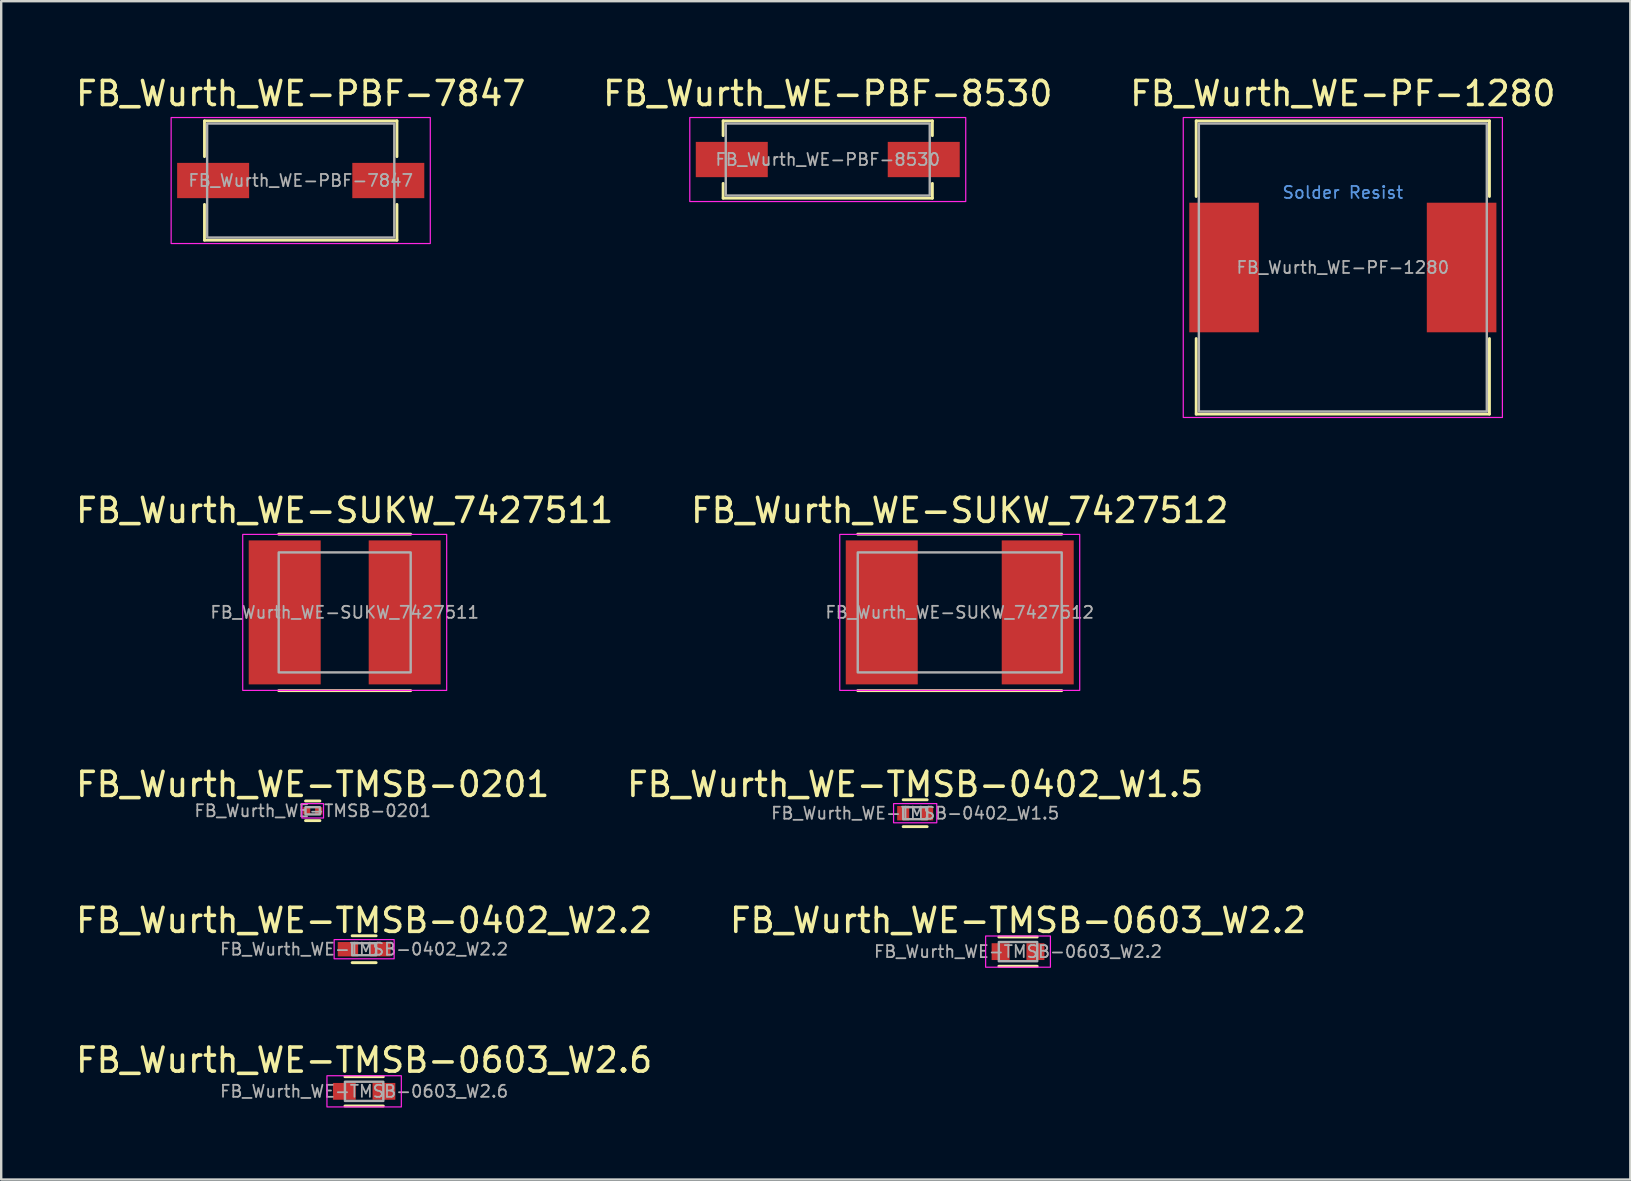
<source format=kicad_pcb>
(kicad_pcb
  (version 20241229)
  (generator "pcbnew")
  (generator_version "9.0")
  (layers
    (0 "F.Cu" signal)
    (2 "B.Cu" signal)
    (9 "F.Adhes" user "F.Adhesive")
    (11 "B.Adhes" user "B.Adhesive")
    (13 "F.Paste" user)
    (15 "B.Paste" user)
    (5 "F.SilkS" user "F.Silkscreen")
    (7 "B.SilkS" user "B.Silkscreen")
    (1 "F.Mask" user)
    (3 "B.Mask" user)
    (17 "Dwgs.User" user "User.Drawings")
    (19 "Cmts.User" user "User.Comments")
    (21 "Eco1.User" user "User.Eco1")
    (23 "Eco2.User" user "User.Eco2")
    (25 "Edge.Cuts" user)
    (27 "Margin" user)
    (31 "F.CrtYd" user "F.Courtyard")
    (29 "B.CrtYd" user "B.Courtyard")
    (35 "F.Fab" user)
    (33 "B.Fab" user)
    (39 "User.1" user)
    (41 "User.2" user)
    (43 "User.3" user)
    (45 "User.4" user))
  (footprint "FB_Wurth_WE-PBF-8530"
    (layer "F.Cu")
    (at 31.446 3.598)
    (property "Reference" "FB_Wurth_WE-PBF-8530" (at 0 -2.75 0) (unlocked yes) (layer "F.SilkS") (effects (font (size 1 1) (thickness 0.15))))
    (attr smd)
    (fp_line (start -4.36 -1.61) (end -4.36 -0.995) (stroke (width 0.12) (type solid)) (layer "F.SilkS"))
    (fp_line (start -4.36 -1.61) (end 4.36 -1.61) (stroke (width 0.12) (type solid)) (layer "F.SilkS"))
    (fp_line (start -4.36 1.61) (end -4.36 0.995) (stroke (width 0.12) (type solid)) (layer "F.SilkS"))
    (fp_line (start -4.36 1.61) (end 4.36 1.61) (stroke (width 0.12) (type solid)) (layer "F.SilkS"))
    (fp_line (start 4.36 -1.61) (end 4.36 -0.995) (stroke (width 0.12) (type solid)) (layer "F.SilkS"))
    (fp_line (start 4.36 1.61) (end 4.36 0.995) (stroke (width 0.12) (type solid)) (layer "F.SilkS"))
    (fp_rect (start -5.75 -1.75) (end 5.75 1.75) (stroke (width 0.05) (type solid)) (fill no) (layer "F.CrtYd"))
    (fp_rect (start -4.25 -1.5) (end 4.25 1.5) (stroke (width 0.1) (type solid)) (fill no) (layer "F.Fab"))
    (fp_text user "${REFERENCE}" (at 0 0 0) (unlocked yes) (layer "F.Fab") (effects (font (size 0.5 0.5) (thickness 0.075))))
    (pad "1" smd rect (at -4 0) (size 3 1.47) (layers "F.Cu" "F.Mask" "F.Paste"))
    (pad "2" smd rect (at 4 0) (size 3 1.47) (layers "F.Cu" "F.Mask" "F.Paste")))
  (footprint "FB_Wurth_WE-PBF-7847"
    (layer "F.Cu")
    (at 9.482 4.473)
    (property "Reference" "FB_Wurth_WE-PBF-7847" (at 0 -3.625 0) (unlocked yes) (layer "F.SilkS") (effects (font (size 1 1) (thickness 0.15))))
    (attr smd)
    (fp_line (start -4.01 -2.485) (end -4.01 -0.995) (stroke (width 0.12) (type solid)) (layer "F.SilkS"))
    (fp_line (start -4.01 -2.485) (end 4.01 -2.485) (stroke (width 0.12) (type solid)) (layer "F.SilkS"))
    (fp_line (start -4.01 2.485) (end -4.01 0.995) (stroke (width 0.12) (type solid)) (layer "F.SilkS"))
    (fp_line (start -4.01 2.485) (end 4.01 2.485) (stroke (width 0.12) (type solid)) (layer "F.SilkS"))
    (fp_line (start 4.01 -2.485) (end 4.01 -0.995) (stroke (width 0.12) (type solid)) (layer "F.SilkS"))
    (fp_line (start 4.01 2.485) (end 4.01 0.995) (stroke (width 0.12) (type solid)) (layer "F.SilkS"))
    (fp_rect (start -5.4 -2.625) (end 5.4 2.625) (stroke (width 0.05) (type solid)) (fill no) (layer "F.CrtYd"))
    (fp_rect (start -3.9 -2.375) (end 3.9 2.375) (stroke (width 0.1) (type solid)) (fill no) (layer "F.Fab"))
    (fp_text user "${REFERENCE}" (at 0 0 0) (unlocked yes) (layer "F.Fab") (effects (font (size 0.5 0.5) (thickness 0.075))))
    (pad "1" smd rect (at -3.65 0) (size 3 1.47) (layers "F.Cu" "F.Mask" "F.Paste"))
    (pad "2" smd rect (at 3.65 0) (size 3 1.47) (layers "F.Cu" "F.Mask" "F.Paste")))
  (footprint "FB_Wurth_WE-TMSB-0402_W2.2"
    (layer "F.Cu")
    (at 12.125 36.508)
    (property "Reference" "FB_Wurth_WE-TMSB-0402_W2.2" (at 0 -1.2 0) (unlocked yes) (layer "F.SilkS") (effects (font (size 1 1) (thickness 0.15))))
    (attr smd)
    (fp_line (start -0.5 -0.56) (end 0.5 -0.56) (stroke (width 0.12) (type default)) (layer "F.SilkS"))
    (fp_line (start -0.5 0.56) (end 0.5 0.56) (stroke (width 0.12) (type default)) (layer "F.SilkS"))
    (fp_rect (start -1.25 -0.4) (end 1.25 0.4) (stroke (width 0.05) (type default)) (fill no) (layer "F.CrtYd"))
    (fp_rect (start -0.5 -0.25) (end 0.5 0.25) (stroke (width 0.1) (type default)) (fill no) (layer "F.Fab"))
    (fp_text user "${REFERENCE}" (at 0 0 0) (unlocked yes) (layer "F.Fab") (effects (font (size 0.5 0.5) (thickness 0.075))))
    (pad "1" smd rect (at -0.675 0) (size 0.85 0.6) (layers "F.Cu" "F.Mask" "F.Paste"))
    (pad "2" smd rect (at 0.675 0) (size 0.85 0.6) (layers "F.Cu" "F.Mask" "F.Paste")))
  (footprint "FB_Wurth_WE-PF-1280"
    (layer "F.Cu")
    (at 52.911 8.098)
    (property "Reference" "FB_Wurth_WE-PF-1280" (at 0 -7.25 0) (unlocked yes) (layer "F.SilkS") (effects (font (size 1 1) (thickness 0.15))))
    (attr smd)
    (fp_line (start -6.11 -6.11) (end -6.11 -2.96) (stroke (width 0.12) (type solid)) (layer "F.SilkS"))
    (fp_line (start -6.11 -6.11) (end 6.11 -6.11) (stroke (width 0.12) (type solid)) (layer "F.SilkS"))
    (fp_line (start -6.11 6.11) (end -6.11 2.96) (stroke (width 0.12) (type solid)) (layer "F.SilkS"))
    (fp_line (start -6.11 6.11) (end 6.11 6.11) (stroke (width 0.12) (type solid)) (layer "F.SilkS"))
    (fp_line (start 6.11 -6.11) (end 6.11 -2.96) (stroke (width 0.12) (type solid)) (layer "F.SilkS"))
    (fp_line (start 6.11 6.11) (end 6.11 2.96) (stroke (width 0.12) (type solid)) (layer "F.SilkS"))
    (fp_rect (start -6.65 -6.25) (end 6.65 6.25) (stroke (width 0.05) (type solid)) (fill no) (layer "F.CrtYd"))
    (fp_rect (start -6 -6) (end 6 6) (stroke (width 0.1) (type solid)) (fill no) (layer "F.Fab"))
    (fp_text user "Solder Resist" (at 0 -3.125 0) (unlocked yes) (layer "Cmts.User") (effects (font (size 0.5 0.5) (thickness 0.075))))
    (fp_text user "${REFERENCE}" (at 0 0 0) (unlocked yes) (layer "F.Fab") (effects (font (size 0.5 0.5) (thickness 0.075))))
    (pad "1" smd rect (at -4.95 0) (size 2.9 5.4) (layers "F.Cu" "F.Mask" "F.Paste"))
    (pad "2" smd rect (at 4.95 0) (size 2.9 5.4) (layers "F.Cu" "F.Mask" "F.Paste"))
    (zone (net_name "") (layers "F.Cu" "Dwgs.User") (name "Solder Resist") (hatch full 0.1) (connect_pads) (min_thickness 0.25) (filled_areas_thickness no) (keepout (tracks not_allowed) (vias not_allowed) (pads not_allowed) (copperpour not_allowed) (footprints not_allowed)) (placement (enabled no)) (fill) (polygon (pts (xy 49.411 14.348) (xy 56.411 14.348) (xy 56.411 1.848) (xy 49.411 1.848)))))
  (footprint "FB_Wurth_WE-SUKW_7427512"
    (layer "F.Cu")
    (at 36.946 22.471)
    (property "Reference" "FB_Wurth_WE-SUKW_7427512" (at 0 -4.25 0) (unlocked yes) (layer "F.SilkS") (effects (font (size 1 1) (thickness 0.15))))
    (attr smd)
    (fp_line (start -4.25 -3.26) (end 4.25 -3.26) (stroke (width 0.12) (type solid)) (layer "F.SilkS"))
    (fp_line (start -4.25 3.26) (end 4.25 3.26) (stroke (width 0.12) (type solid)) (layer "F.SilkS"))
    (fp_rect (start -5 -3.25) (end 5 3.25) (stroke (width 0.05) (type solid)) (fill no) (layer "F.CrtYd"))
    (fp_rect (start -4.25 -2.5) (end 4.25 2.5) (stroke (width 0.1) (type solid)) (fill no) (layer "F.Fab"))
    (fp_text user "${REFERENCE}" (at 0 0 0) (unlocked yes) (layer "F.Fab") (effects (font (size 0.5 0.5) (thickness 0.075))))
    (pad "1" smd rect (at -3.25 0) (size 3 6) (layers "F.Cu" "F.Mask" "F.Paste"))
    (pad "2" smd rect (at 3.25 0) (size 3 6) (layers "F.Cu" "F.Mask" "F.Paste")))
  (footprint "FB_Wurth_WE-TMSB-0402_W1.5"
    (layer "F.Cu")
    (at 35.089 30.84)
    (property "Reference" "FB_Wurth_WE-TMSB-0402_W1.5" (at 0 -1.2 0) (unlocked yes) (layer "F.SilkS") (effects (font (size 1 1) (thickness 0.15))))
    (attr smd)
    (fp_line (start -0.5 -0.56) (end 0.5 -0.56) (stroke (width 0.12) (type default)) (layer "F.SilkS"))
    (fp_line (start -0.5 0.56) (end 0.5 0.56) (stroke (width 0.12) (type default)) (layer "F.SilkS"))
    (fp_rect (start -0.9 -0.4) (end 0.9 0.4) (stroke (width 0.05) (type default)) (fill no) (layer "F.CrtYd"))
    (fp_rect (start -0.5 -0.25) (end 0.5 0.25) (stroke (width 0.1) (type default)) (fill no) (layer "F.Fab"))
    (fp_text user "${REFERENCE}" (at 0 0 0) (unlocked yes) (layer "F.Fab") (effects (font (size 0.5 0.5) (thickness 0.075))))
    (pad "1" smd rect (at -0.5 0) (size 0.5 0.6) (layers "F.Cu" "F.Mask" "F.Paste"))
    (pad "2" smd rect (at 0.5 0) (size 0.5 0.6) (layers "F.Cu" "F.Mask" "F.Paste")))
  (footprint "FB_Wurth_WE-TMSB-0603_W2.6"
    (layer "F.Cu")
    (at 12.125 42.431)
    (property "Reference" "FB_Wurth_WE-TMSB-0603_W2.6" (at 0 -1.3 0) (unlocked yes) (layer "F.SilkS") (effects (font (size 1 1) (thickness 0.15))))
    (attr smd)
    (fp_line (start -0.8 -0.61) (end 0.8 -0.61) (stroke (width 0.12) (type default)) (layer "F.SilkS"))
    (fp_line (start -0.8 0.61) (end 0.8 0.61) (stroke (width 0.12) (type default)) (layer "F.SilkS"))
    (fp_rect (start -1.55 -0.65) (end 1.55 0.65) (stroke (width 0.05) (type default)) (fill no) (layer "F.CrtYd"))
    (fp_rect (start -0.8 -0.4) (end 0.8 0.4) (stroke (width 0.1) (type default)) (fill no) (layer "F.Fab"))
    (fp_text user "${REFERENCE}" (at 0 0 0) (unlocked yes) (layer "F.Fab") (effects (font (size 0.5 0.5) (thickness 0.075))))
    (pad "1" smd rect (at -0.825 0) (size 0.95 0.7) (layers "F.Cu" "F.Mask" "F.Paste"))
    (pad "2" smd rect (at 0.825 0) (size 0.95 0.7) (layers "F.Cu" "F.Mask" "F.Paste")))
  (footprint "FB_Wurth_WE-TMSB-0201"
    (layer "F.Cu")
    (at 9.982 30.74)
    (property "Reference" "FB_Wurth_WE-TMSB-0201" (at 0 -1.1 0) (unlocked yes) (layer "F.SilkS") (effects (font (size 1 1) (thickness 0.15))))
    (attr smd)
    (fp_line (start -0.3 -0.41) (end 0.3 -0.41) (stroke (width 0.12) (type default)) (layer "F.SilkS"))
    (fp_line (start -0.3 0.41) (end 0.3 0.41) (stroke (width 0.12) (type default)) (layer "F.SilkS"))
    (fp_rect (start -0.45 -0.3) (end 0.45 0.3) (stroke (width 0.05) (type default)) (fill no) (layer "F.CrtYd"))
    (fp_rect (start -0.3 -0.15) (end 0.3 0.15) (stroke (width 0.1) (type default)) (fill no) (layer "F.Fab"))
    (fp_text user "${REFERENCE}" (at 0 0 0) (unlocked yes) (layer "F.Fab") (effects (font (size 0.5 0.5) (thickness 0.075))))
    (pad "1" smd rect (at -0.25 0) (size 0.3 0.3) (layers "F.Cu" "F.Mask" "F.Paste"))
    (pad "2" smd rect (at 0.25 0) (size 0.3 0.3) (layers "F.Cu" "F.Mask" "F.Paste")))
  (footprint "FB_Wurth_WE-TMSB-0603_W2.2"
    (layer "F.Cu")
    (at 39.375 36.608)
    (property "Reference" "FB_Wurth_WE-TMSB-0603_W2.2" (at 0 -1.3 0) (unlocked yes) (layer "F.SilkS") (effects (font (size 1 1) (thickness 0.15))))
    (attr smd)
    (fp_line (start -0.8 -0.61) (end 0.8 -0.61) (stroke (width 0.12) (type default)) (layer "F.SilkS"))
    (fp_line (start -0.8 0.61) (end 0.8 0.61) (stroke (width 0.12) (type default)) (layer "F.SilkS"))
    (fp_rect (start -1.35 -0.65) (end 1.35 0.65) (stroke (width 0.05) (type default)) (fill no) (layer "F.CrtYd"))
    (fp_rect (start -0.8 -0.4) (end 0.8 0.4) (stroke (width 0.1) (type default)) (fill no) (layer "F.Fab"))
    (fp_text user "${REFERENCE}" (at 0 0 0) (unlocked yes) (layer "F.Fab") (effects (font (size 0.5 0.5) (thickness 0.075))))
    (pad "1" smd rect (at -0.725 0) (size 0.75 0.7) (layers "F.Cu" "F.Mask" "F.Paste"))
    (pad "2" smd rect (at 0.725 0) (size 0.75 0.7) (layers "F.Cu" "F.Mask" "F.Paste")))
  (footprint "FB_Wurth_WE-SUKW_7427511"
    (layer "F.Cu")
    (at 11.315 22.471)
    (property "Reference" "FB_Wurth_WE-SUKW_7427511" (at 0 -4.25 0) (unlocked yes) (layer "F.SilkS") (effects (font (size 1 1) (thickness 0.15))))
    (attr smd)
    (fp_line (start -2.75 -3.26) (end 2.75 -3.26) (stroke (width 0.12) (type solid)) (layer "F.SilkS"))
    (fp_line (start -2.75 3.26) (end 2.75 3.26) (stroke (width 0.12) (type solid)) (layer "F.SilkS"))
    (fp_rect (start -4.25 -3.25) (end 4.25 3.25) (stroke (width 0.05) (type solid)) (fill no) (layer "F.CrtYd"))
    (fp_rect (start -2.75 -2.5) (end 2.75 2.5) (stroke (width 0.1) (type solid)) (fill no) (layer "F.Fab"))
    (fp_text user "${REFERENCE}" (at 0 0 0) (unlocked yes) (layer "F.Fab") (effects (font (size 0.5 0.5) (thickness 0.075))))
    (pad "1" smd rect (at -2.5 0) (size 3 6) (layers "F.Cu" "F.Mask" "F.Paste"))
    (pad "2" smd rect (at 2.5 0) (size 3 6) (layers "F.Cu" "F.Mask" "F.Paste")))
  (gr_rect
    (start -3 -3)
    (end 64.893 46.106)
    (stroke (width 0.1) (type default))
    (fill no)
    (layer "Edge.Cuts")))
</source>
